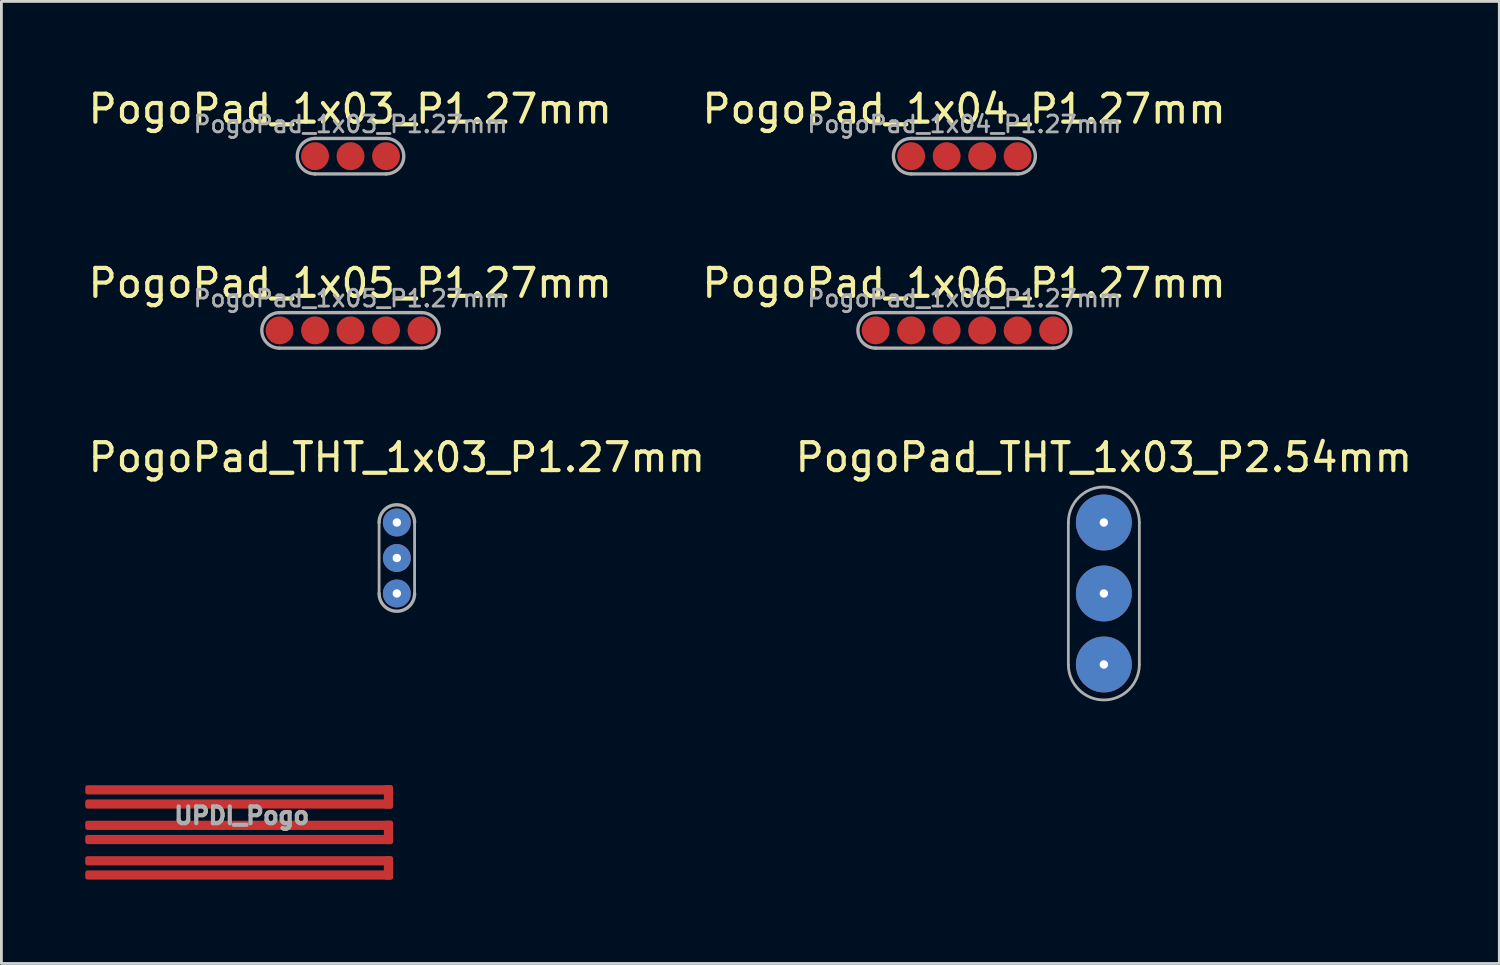
<source format=kicad_pcb>
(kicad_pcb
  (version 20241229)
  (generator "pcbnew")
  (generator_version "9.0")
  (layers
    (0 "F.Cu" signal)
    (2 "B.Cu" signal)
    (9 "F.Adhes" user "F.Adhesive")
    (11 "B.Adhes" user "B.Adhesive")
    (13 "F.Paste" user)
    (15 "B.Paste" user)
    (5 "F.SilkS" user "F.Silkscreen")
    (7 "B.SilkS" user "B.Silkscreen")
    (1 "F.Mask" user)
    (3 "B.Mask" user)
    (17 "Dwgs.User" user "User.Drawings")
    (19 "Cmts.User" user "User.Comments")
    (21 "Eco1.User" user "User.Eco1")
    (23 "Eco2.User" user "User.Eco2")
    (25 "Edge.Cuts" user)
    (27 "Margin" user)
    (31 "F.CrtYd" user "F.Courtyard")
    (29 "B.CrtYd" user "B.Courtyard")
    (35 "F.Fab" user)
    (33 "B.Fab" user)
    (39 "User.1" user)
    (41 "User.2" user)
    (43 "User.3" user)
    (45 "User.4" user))
  (footprint "PogoPad_THT_1x03_P2.54mm"
    (layer "F.Cu")
    (at 36.446 15.645)
    (property "Reference" "PogoPad_THT_1x03_P2.54mm" (at 0 -2.33 180) (layer "F.SilkS") (effects (font (size 1 1) (thickness 0.15))))
    (attr through_hole exclude_from_pos_files)
    (fp_line (start -1.27 5.08) (end -1.27 0) (stroke (width 0.1) (type solid)) (layer "F.Fab"))
    (fp_line (start 1.27 0) (end 1.27 5.08) (stroke (width 0.1) (type solid)) (layer "F.Fab"))
    (fp_arc (start -1.27 0) (mid 0 -1.27) (end 1.27 0) (stroke (width 0.1) (type solid)) (layer "F.Fab"))
    (fp_arc (start 1.27 5.08) (mid 0 6.35) (end -1.27 5.08) (stroke (width 0.1) (type solid)) (layer "F.Fab"))
    (pad "1" thru_hole circle (at 0 0) (size 2 2) (drill 0.3) (layers "*.Cu" "F.Mask"))
    (pad "2" thru_hole circle (at 0 2.54) (size 2 2) (drill 0.3) (layers "*.Cu" "F.Mask"))
    (pad "3" thru_hole circle (at 0 5.08) (size 2 2) (drill 0.3) (layers "*.Cu" "F.Mask")))
  (footprint "PogoPad_1x03_P1.27mm"
    (layer "F.Cu")
    (at 9.492 2.538)
    (property "Reference" "PogoPad_1x03_P1.27mm" (at -0.01 -1.69 0) (layer "F.SilkS") (effects (font (size 1 1) (thickness 0.15))))
    (attr exclude_from_pos_files exclude_from_bom)
    (fp_line (start -1.27 0.635) (end 1.27 0.635) (stroke (width 0.12) (type solid)) (layer "F.Fab"))
    (fp_line (start 1.27 -0.635) (end -1.27 -0.635) (stroke (width 0.12) (type solid)) (layer "F.Fab"))
    (fp_arc (start -1.27 0.635) (mid -1.905 0) (end -1.27 -0.635) (stroke (width 0.12) (type solid)) (layer "F.Fab"))
    (fp_arc (start 1.27 -0.635) (mid 1.905 0) (end 1.27 0.635) (stroke (width 0.12) (type solid)) (layer "F.Fab"))
    (fp_text user "${REFERENCE}" (at 0 -1.143 180) (layer "F.Fab") (effects (font (size 0.6 0.6) (thickness 0.1))))
    (pad "1" smd circle (at -1.27 0 90) (size 1 1) (layers "F.Cu" "F.Mask"))
    (pad "2" smd oval (at 0 0 90) (size 1 1) (layers "F.Cu" "F.Mask"))
    (pad "3" smd oval (at 1.27 0 90) (size 1 1) (layers "F.Cu" "F.Mask")))
  (footprint "PogoPad_1x06_P1.27mm"
    (layer "F.Cu")
    (at 31.456 8.771)
    (property "Reference" "PogoPad_1x06_P1.27mm" (at -0.01 -1.69 0) (layer "F.SilkS") (effects (font (size 1 1) (thickness 0.15))))
    (attr exclude_from_pos_files exclude_from_bom)
    (fp_line (start -3.175 0.635) (end 3.175 0.635) (stroke (width 0.12) (type solid)) (layer "F.Fab"))
    (fp_line (start 3.175 -0.635) (end -3.175 -0.635) (stroke (width 0.12) (type solid)) (layer "F.Fab"))
    (fp_arc (start -3.175 0.635) (mid -3.81 0) (end -3.175 -0.635) (stroke (width 0.12) (type solid)) (layer "F.Fab"))
    (fp_arc (start 3.175 -0.635) (mid 3.81 0) (end 3.175 0.635) (stroke (width 0.12) (type solid)) (layer "F.Fab"))
    (fp_text user "${REFERENCE}" (at 0 -1.143 180) (layer "F.Fab") (effects (font (size 0.6 0.6) (thickness 0.1))))
    (pad "1" smd circle (at -3.175 0 90) (size 1 1) (layers "F.Cu" "F.Mask"))
    (pad "2" smd oval (at -1.905 0 90) (size 1 1) (layers "F.Cu" "F.Mask"))
    (pad "3" smd oval (at -0.635 0 90) (size 1 1) (layers "F.Cu" "F.Mask"))
    (pad "4" smd oval (at 0.635 0 90) (size 1 1) (layers "F.Cu" "F.Mask"))
    (pad "5" smd oval (at 1.905 0 90) (size 1 1) (layers "F.Cu" "F.Mask"))
    (pad "6" smd oval (at 3.175 0 90) (size 1 1) (layers "F.Cu" "F.Mask")))
  (footprint "UPDI_Pogo"
    (layer "F.Cu")
    (at 5.55 26.734)
    (property "Reference" "UPDI_Pogo" (at 0.05 -0.6 0) (layer "F.Fab") (effects (font (size 0.6 0.6) (thickness 0.15))))
    (attr through_hole)
    (pad "1" smd roundrect (at -0.05 -1.524) (size 11 0.33) (layers "F.Cu" "F.Mask" "F.Paste") (roundrect_rratio 0.25))
    (pad "1" smd roundrect (at -0.05 -1.016) (size 11 0.33) (layers "F.Cu" "F.Mask" "F.Paste") (roundrect_rratio 0.25))
    (pad "1" smd roundrect (at 5.3 -1.27) (size 0.33 0.838) (layers "F.Cu" "F.Mask") (roundrect_rratio 0.25))
    (pad "2" smd roundrect (at -0.05 -0.254) (size 11 0.33) (layers "F.Cu" "F.Mask" "F.Paste") (roundrect_rratio 0.25))
    (pad "2" smd roundrect (at -0.05 0.254) (size 11 0.33) (layers "F.Cu" "F.Mask" "F.Paste") (roundrect_rratio 0.25))
    (pad "2" smd roundrect (at 5.3 0) (size 0.33 0.838) (layers "F.Cu" "F.Mask") (roundrect_rratio 0.25))
    (pad "3" smd roundrect (at -0.05 1.016) (size 11 0.33) (layers "F.Cu" "F.Mask" "F.Paste") (roundrect_rratio 0.25))
    (pad "3" smd roundrect (at -0.05 1.524) (size 11 0.33) (layers "F.Cu" "F.Mask" "F.Paste") (roundrect_rratio 0.25))
    (pad "3" smd roundrect (at 5.3 1.27) (size 0.33 0.838) (layers "F.Cu" "F.Mask") (roundrect_rratio 0.25)))
  (footprint "PogoPad_THT_1x03_P1.27mm"
    (layer "F.Cu")
    (at 11.149 15.645)
    (property "Reference" "PogoPad_THT_1x03_P1.27mm" (at 0 -2.33 180) (layer "F.SilkS") (effects (font (size 1 1) (thickness 0.15))))
    (attr through_hole exclude_from_pos_files)
    (fp_line (start -0.635 2.54) (end -0.635 0) (stroke (width 0.1) (type solid)) (layer "F.Fab"))
    (fp_line (start 0.635 0) (end 0.635 2.54) (stroke (width 0.1) (type solid)) (layer "F.Fab"))
    (fp_arc (start -0.635 0) (mid 0 -0.635) (end 0.635 0) (stroke (width 0.12) (type solid)) (layer "F.Fab"))
    (fp_arc (start 0.635 2.54) (mid 0 3.175) (end -0.635 2.54) (stroke (width 0.12) (type solid)) (layer "F.Fab"))
    (pad "1" thru_hole circle (at 0 0) (size 1 1) (drill 0.3) (layers "*.Cu" "F.Mask"))
    (pad "2" thru_hole circle (at 0 1.27) (size 1 1) (drill 0.3) (layers "*.Cu" "F.Mask"))
    (pad "3" thru_hole circle (at 0 2.54) (size 1 1) (drill 0.3) (layers "*.Cu" "F.Mask")))
  (footprint "PogoPad_1x05_P1.27mm"
    (layer "F.Cu")
    (at 9.492 8.771)
    (property "Reference" "PogoPad_1x05_P1.27mm" (at -0.01 -1.69 0) (layer "F.SilkS") (effects (font (size 1 1) (thickness 0.15))))
    (attr exclude_from_pos_files exclude_from_bom)
    (fp_line (start -2.54 0.635) (end 2.54 0.635) (stroke (width 0.12) (type solid)) (layer "F.Fab"))
    (fp_line (start 2.54 -0.635) (end -2.54 -0.635) (stroke (width 0.12) (type solid)) (layer "F.Fab"))
    (fp_arc (start -2.54 0.635) (mid -3.175 0) (end -2.54 -0.635) (stroke (width 0.12) (type solid)) (layer "F.Fab"))
    (fp_arc (start 2.54 -0.635) (mid 3.175 0) (end 2.54 0.635) (stroke (width 0.12) (type solid)) (layer "F.Fab"))
    (fp_text user "${REFERENCE}" (at 0 -1.143 180) (layer "F.Fab") (effects (font (size 0.6 0.6) (thickness 0.1))))
    (pad "1" smd circle (at -2.54 0 90) (size 1 1) (layers "F.Cu" "F.Mask"))
    (pad "2" smd oval (at -1.27 0 90) (size 1 1) (layers "F.Cu" "F.Mask"))
    (pad "3" smd oval (at 0 0 90) (size 1 1) (layers "F.Cu" "F.Mask"))
    (pad "4" smd oval (at 1.27 0 90) (size 1 1) (layers "F.Cu" "F.Mask"))
    (pad "5" smd oval (at 2.54 0 90) (size 1 1) (layers "F.Cu" "F.Mask")))
  (footprint "PogoPad_1x04_P1.27mm"
    (layer "F.Cu")
    (at 31.456 2.538)
    (property "Reference" "PogoPad_1x04_P1.27mm" (at -0.01 -1.69 0) (layer "F.SilkS") (effects (font (size 1 1) (thickness 0.15))))
    (attr exclude_from_pos_files exclude_from_bom)
    (fp_line (start -1.905 0.635) (end 1.905 0.635) (stroke (width 0.12) (type solid)) (layer "F.Fab"))
    (fp_line (start 1.905 -0.635) (end -1.905 -0.635) (stroke (width 0.12) (type solid)) (layer "F.Fab"))
    (fp_arc (start -1.905 0.635) (mid -2.54 0) (end -1.905 -0.635) (stroke (width 0.12) (type solid)) (layer "F.Fab"))
    (fp_arc (start 1.905 -0.635) (mid 2.54 0) (end 1.905 0.635) (stroke (width 0.12) (type solid)) (layer "F.Fab"))
    (fp_text user "${REFERENCE}" (at 0 -1.143 180) (layer "F.Fab") (effects (font (size 0.6 0.6) (thickness 0.1))))
    (pad "1" smd circle (at -1.905 0 90) (size 1 1) (layers "F.Cu" "F.Mask"))
    (pad "2" smd oval (at -0.635 0 90) (size 1 1) (layers "F.Cu" "F.Mask"))
    (pad "3" smd oval (at 0.635 0 90) (size 1 1) (layers "F.Cu" "F.Mask"))
    (pad "4" smd oval (at 1.905 0 90) (size 1 1) (layers "F.Cu" "F.Mask")))
  (gr_rect
    (start -3 -3)
    (end 50.595 31.423)
    (stroke (width 0.1) (type default))
    (fill no)
    (layer "Edge.Cuts")))
</source>
